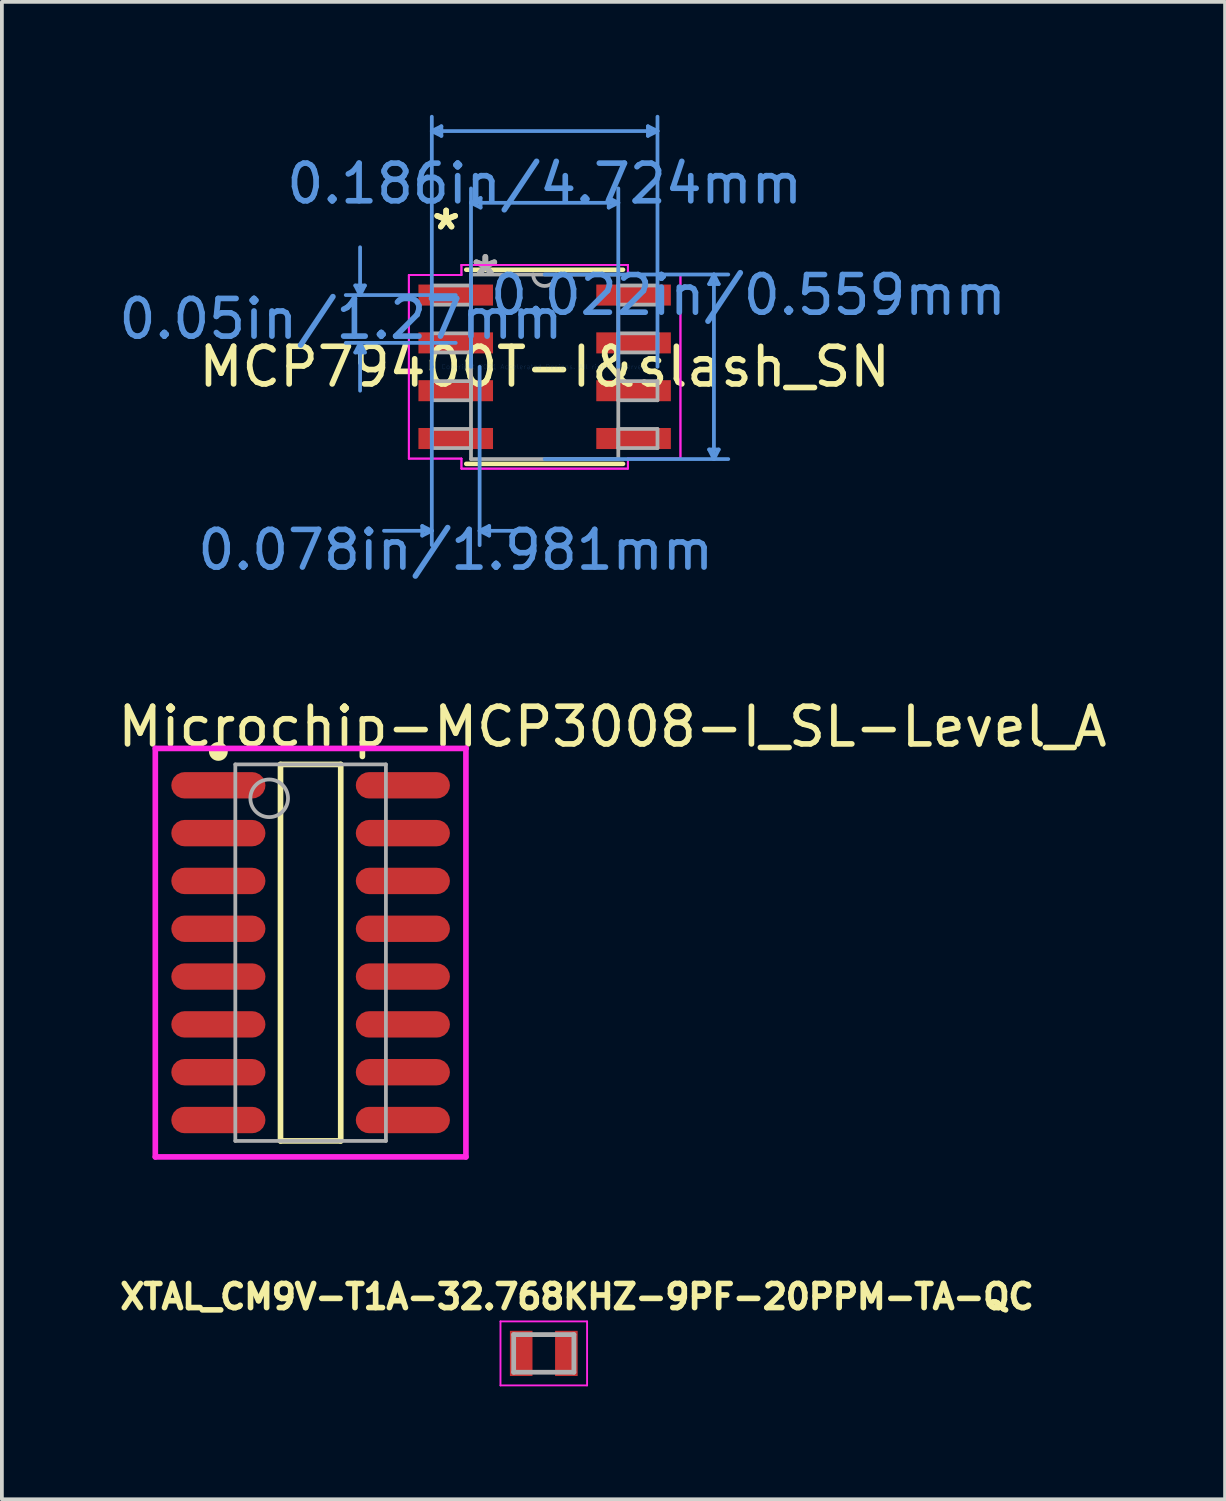
<source format=kicad_pcb>
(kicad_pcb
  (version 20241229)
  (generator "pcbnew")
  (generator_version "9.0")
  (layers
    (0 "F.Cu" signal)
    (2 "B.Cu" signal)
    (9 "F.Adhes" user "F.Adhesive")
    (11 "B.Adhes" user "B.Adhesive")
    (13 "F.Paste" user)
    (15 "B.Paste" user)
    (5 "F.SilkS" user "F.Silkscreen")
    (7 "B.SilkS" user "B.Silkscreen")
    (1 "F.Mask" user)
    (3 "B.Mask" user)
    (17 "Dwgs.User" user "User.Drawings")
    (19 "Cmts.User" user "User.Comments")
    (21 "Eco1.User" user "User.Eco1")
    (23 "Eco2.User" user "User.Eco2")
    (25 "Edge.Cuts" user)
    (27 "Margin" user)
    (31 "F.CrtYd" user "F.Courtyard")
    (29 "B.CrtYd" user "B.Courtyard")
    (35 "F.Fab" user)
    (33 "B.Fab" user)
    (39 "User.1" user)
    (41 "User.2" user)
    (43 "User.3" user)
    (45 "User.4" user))
  (footprint "MCP79400T-I&slash_SN"
    (layer "F.Cu")
    (at 11.416 6.692)
    (property "Reference" "MCP79400T-I&slash_SN" (at 0 0 0) (layer "F.SilkS") (effects (font (size 1 1) (thickness 0.15))))
    (attr through_hole)
    (fp_line (start -2.083 2.578) (end 2.083 2.578) (stroke (width 0.12) (type solid)) (layer "F.SilkS"))
    (fp_line (start 2.083 -2.578) (end -2.083 -2.578) (stroke (width 0.12) (type solid)) (layer "F.SilkS"))
    (fp_line (start -5.029 -2.159) (end -4.775 -2.159) (stroke (width 0.1) (type solid)) (layer "Cmts.User"))
    (fp_line (start -5.029 -0.381) (end -4.775 -0.381) (stroke (width 0.1) (type solid)) (layer "Cmts.User"))
    (fp_line (start -4.902 -1.905) (end -5.029 -2.159) (stroke (width 0.1) (type solid)) (layer "Cmts.User"))
    (fp_line (start -4.902 -1.905) (end -4.902 -3.175) (stroke (width 0.1) (type solid)) (layer "Cmts.User"))
    (fp_line (start -4.902 -1.905) (end -4.775 -2.159) (stroke (width 0.1) (type solid)) (layer "Cmts.User"))
    (fp_line (start -4.902 -0.635) (end -5.029 -0.381) (stroke (width 0.1) (type solid)) (layer "Cmts.User"))
    (fp_line (start -4.902 -0.635) (end -4.902 0.635) (stroke (width 0.1) (type solid)) (layer "Cmts.User"))
    (fp_line (start -4.902 -0.635) (end -4.775 -0.381) (stroke (width 0.1) (type solid)) (layer "Cmts.User"))
    (fp_line (start -3.251 4.229) (end -3.251 4.483) (stroke (width 0.1) (type solid)) (layer "Cmts.User"))
    (fp_line (start -2.997 -6.261) (end -2.743 -6.388) (stroke (width 0.1) (type solid)) (layer "Cmts.User"))
    (fp_line (start -2.997 -6.261) (end -2.743 -6.134) (stroke (width 0.1) (type solid)) (layer "Cmts.User"))
    (fp_line (start -2.997 -6.261) (end 2.997 -6.261) (stroke (width 0.1) (type solid)) (layer "Cmts.User"))
    (fp_line (start -2.997 0) (end -2.997 -6.642) (stroke (width 0.1) (type solid)) (layer "Cmts.User"))
    (fp_line (start -2.997 0) (end -2.997 4.737) (stroke (width 0.1) (type solid)) (layer "Cmts.User"))
    (fp_line (start -2.997 4.356) (end -4.267 4.356) (stroke (width 0.1) (type solid)) (layer "Cmts.User"))
    (fp_line (start -2.997 4.356) (end -3.251 4.229) (stroke (width 0.1) (type solid)) (layer "Cmts.User"))
    (fp_line (start -2.997 4.356) (end -3.251 4.483) (stroke (width 0.1) (type solid)) (layer "Cmts.User"))
    (fp_line (start -2.743 -6.388) (end -2.743 -6.134) (stroke (width 0.1) (type solid)) (layer "Cmts.User"))
    (fp_line (start -2.362 -1.905) (end -5.283 -1.905) (stroke (width 0.1) (type solid)) (layer "Cmts.User"))
    (fp_line (start -2.362 -0.635) (end -5.283 -0.635) (stroke (width 0.1) (type solid)) (layer "Cmts.User"))
    (fp_line (start -1.956 -4.356) (end -1.702 -4.483) (stroke (width 0.1) (type solid)) (layer "Cmts.User"))
    (fp_line (start -1.956 -4.356) (end -1.702 -4.229) (stroke (width 0.1) (type solid)) (layer "Cmts.User"))
    (fp_line (start -1.956 -4.356) (end 1.956 -4.356) (stroke (width 0.1) (type solid)) (layer "Cmts.User"))
    (fp_line (start -1.956 0) (end -1.956 -4.737) (stroke (width 0.1) (type solid)) (layer "Cmts.User"))
    (fp_line (start -1.727 0) (end -1.727 4.737) (stroke (width 0.1) (type solid)) (layer "Cmts.User"))
    (fp_line (start -1.727 4.356) (end -1.473 4.229) (stroke (width 0.1) (type solid)) (layer "Cmts.User"))
    (fp_line (start -1.727 4.356) (end -1.473 4.483) (stroke (width 0.1) (type solid)) (layer "Cmts.User"))
    (fp_line (start -1.727 4.356) (end -0.457 4.356) (stroke (width 0.1) (type solid)) (layer "Cmts.User"))
    (fp_line (start -1.702 -4.483) (end -1.702 -4.229) (stroke (width 0.1) (type solid)) (layer "Cmts.User"))
    (fp_line (start -1.473 4.229) (end -1.473 4.483) (stroke (width 0.1) (type solid)) (layer "Cmts.User"))
    (fp_line (start 0 -2.451) (end 4.877 -2.451) (stroke (width 0.1) (type solid)) (layer "Cmts.User"))
    (fp_line (start 0 2.451) (end 4.877 2.451) (stroke (width 0.1) (type solid)) (layer "Cmts.User"))
    (fp_line (start 1.702 -4.483) (end 1.702 -4.229) (stroke (width 0.1) (type solid)) (layer "Cmts.User"))
    (fp_line (start 1.956 -4.356) (end 1.702 -4.483) (stroke (width 0.1) (type solid)) (layer "Cmts.User"))
    (fp_line (start 1.956 -4.356) (end 1.702 -4.229) (stroke (width 0.1) (type solid)) (layer "Cmts.User"))
    (fp_line (start 1.956 0) (end 1.956 -4.737) (stroke (width 0.1) (type solid)) (layer "Cmts.User"))
    (fp_line (start 2.743 -6.388) (end 2.743 -6.134) (stroke (width 0.1) (type solid)) (layer "Cmts.User"))
    (fp_line (start 2.997 -6.261) (end 2.743 -6.388) (stroke (width 0.1) (type solid)) (layer "Cmts.User"))
    (fp_line (start 2.997 -6.261) (end 2.743 -6.134) (stroke (width 0.1) (type solid)) (layer "Cmts.User"))
    (fp_line (start 2.997 0) (end 2.997 -6.642) (stroke (width 0.1) (type solid)) (layer "Cmts.User"))
    (fp_line (start 4.369 -2.197) (end 4.623 -2.197) (stroke (width 0.1) (type solid)) (layer "Cmts.User"))
    (fp_line (start 4.369 2.197) (end 4.623 2.197) (stroke (width 0.1) (type solid)) (layer "Cmts.User"))
    (fp_line (start 4.496 -2.451) (end 4.369 -2.197) (stroke (width 0.1) (type solid)) (layer "Cmts.User"))
    (fp_line (start 4.496 -2.451) (end 4.496 2.451) (stroke (width 0.1) (type solid)) (layer "Cmts.User"))
    (fp_line (start 4.496 -2.451) (end 4.623 -2.197) (stroke (width 0.1) (type solid)) (layer "Cmts.User"))
    (fp_line (start 4.496 2.451) (end 4.369 2.197) (stroke (width 0.1) (type solid)) (layer "Cmts.User"))
    (fp_line (start 4.496 2.451) (end 4.623 2.197) (stroke (width 0.1) (type solid)) (layer "Cmts.User"))
    (fp_line (start -3.607 -2.438) (end -2.21 -2.438) (stroke (width 0.05) (type solid)) (layer "F.CrtYd"))
    (fp_line (start -3.607 -2.438) (end -2.21 -2.438) (stroke (width 0.05) (type solid)) (layer "F.CrtYd"))
    (fp_line (start -3.607 2.438) (end -3.607 -2.438) (stroke (width 0.05) (type solid)) (layer "F.CrtYd"))
    (fp_line (start -3.607 2.438) (end -3.607 -2.438) (stroke (width 0.05) (type solid)) (layer "F.CrtYd"))
    (fp_line (start -3.607 2.438) (end -2.21 2.438) (stroke (width 0.05) (type solid)) (layer "F.CrtYd"))
    (fp_line (start -2.21 -2.705) (end 2.21 -2.705) (stroke (width 0.05) (type solid)) (layer "F.CrtYd"))
    (fp_line (start -2.21 -2.705) (end 2.21 -2.705) (stroke (width 0.05) (type solid)) (layer "F.CrtYd"))
    (fp_line (start -2.21 -2.438) (end -2.21 -2.705) (stroke (width 0.05) (type solid)) (layer "F.CrtYd"))
    (fp_line (start -2.21 -2.438) (end -2.21 -2.705) (stroke (width 0.05) (type solid)) (layer "F.CrtYd"))
    (fp_line (start -2.21 2.438) (end -3.607 2.438) (stroke (width 0.05) (type solid)) (layer "F.CrtYd"))
    (fp_line (start -2.21 2.705) (end -2.21 2.438) (stroke (width 0.05) (type solid)) (layer "F.CrtYd"))
    (fp_line (start -2.21 2.705) (end -2.21 2.438) (stroke (width 0.05) (type solid)) (layer "F.CrtYd"))
    (fp_line (start 2.21 -2.705) (end 2.21 -2.438) (stroke (width 0.05) (type solid)) (layer "F.CrtYd"))
    (fp_line (start 2.21 -2.705) (end 2.21 -2.438) (stroke (width 0.05) (type solid)) (layer "F.CrtYd"))
    (fp_line (start 2.21 -2.438) (end 3.607 -2.438) (stroke (width 0.05) (type solid)) (layer "F.CrtYd"))
    (fp_line (start 2.21 2.438) (end 2.21 2.705) (stroke (width 0.05) (type solid)) (layer "F.CrtYd"))
    (fp_line (start 2.21 2.438) (end 2.21 2.705) (stroke (width 0.05) (type solid)) (layer "F.CrtYd"))
    (fp_line (start 2.21 2.705) (end -2.21 2.705) (stroke (width 0.05) (type solid)) (layer "F.CrtYd"))
    (fp_line (start 2.21 2.705) (end -2.21 2.705) (stroke (width 0.05) (type solid)) (layer "F.CrtYd"))
    (fp_line (start 3.607 -2.438) (end 2.21 -2.438) (stroke (width 0.05) (type solid)) (layer "F.CrtYd"))
    (fp_line (start 3.607 -2.438) (end 3.607 2.438) (stroke (width 0.05) (type solid)) (layer "F.CrtYd"))
    (fp_line (start 3.607 -2.438) (end 3.607 2.438) (stroke (width 0.05) (type solid)) (layer "F.CrtYd"))
    (fp_line (start 3.607 2.438) (end 2.21 2.438) (stroke (width 0.05) (type solid)) (layer "F.CrtYd"))
    (fp_line (start 3.607 2.438) (end 2.21 2.438) (stroke (width 0.05) (type solid)) (layer "F.CrtYd"))
    (fp_line (start -2.997 -2.159) (end -2.997 -1.651) (stroke (width 0.1) (type solid)) (layer "F.Fab"))
    (fp_line (start -2.997 -1.651) (end -1.956 -1.651) (stroke (width 0.1) (type solid)) (layer "F.Fab"))
    (fp_line (start -2.997 -0.889) (end -2.997 -0.381) (stroke (width 0.1) (type solid)) (layer "F.Fab"))
    (fp_line (start -2.997 -0.381) (end -1.956 -0.381) (stroke (width 0.1) (type solid)) (layer "F.Fab"))
    (fp_line (start -2.997 0.381) (end -2.997 0.889) (stroke (width 0.1) (type solid)) (layer "F.Fab"))
    (fp_line (start -2.997 0.889) (end -1.956 0.889) (stroke (width 0.1) (type solid)) (layer "F.Fab"))
    (fp_line (start -2.997 1.651) (end -2.997 2.159) (stroke (width 0.1) (type solid)) (layer "F.Fab"))
    (fp_line (start -2.997 2.159) (end -1.956 2.159) (stroke (width 0.1) (type solid)) (layer "F.Fab"))
    (fp_line (start -1.956 -2.451) (end -1.956 2.451) (stroke (width 0.1) (type solid)) (layer "F.Fab"))
    (fp_line (start -1.956 -2.159) (end -2.997 -2.159) (stroke (width 0.1) (type solid)) (layer "F.Fab"))
    (fp_line (start -1.956 -1.651) (end -1.956 -2.159) (stroke (width 0.1) (type solid)) (layer "F.Fab"))
    (fp_line (start -1.956 -0.889) (end -2.997 -0.889) (stroke (width 0.1) (type solid)) (layer "F.Fab"))
    (fp_line (start -1.956 -0.381) (end -1.956 -0.889) (stroke (width 0.1) (type solid)) (layer "F.Fab"))
    (fp_line (start -1.956 0.381) (end -2.997 0.381) (stroke (width 0.1) (type solid)) (layer "F.Fab"))
    (fp_line (start -1.956 0.889) (end -1.956 0.381) (stroke (width 0.1) (type solid)) (layer "F.Fab"))
    (fp_line (start -1.956 1.651) (end -2.997 1.651) (stroke (width 0.1) (type solid)) (layer "F.Fab"))
    (fp_line (start -1.956 2.159) (end -1.956 1.651) (stroke (width 0.1) (type solid)) (layer "F.Fab"))
    (fp_line (start -1.956 2.451) (end 1.956 2.451) (stroke (width 0.1) (type solid)) (layer "F.Fab"))
    (fp_line (start 1.956 -2.451) (end -1.956 -2.451) (stroke (width 0.1) (type solid)) (layer "F.Fab"))
    (fp_line (start 1.956 -2.159) (end 1.956 -1.651) (stroke (width 0.1) (type solid)) (layer "F.Fab"))
    (fp_line (start 1.956 -1.651) (end 2.997 -1.651) (stroke (width 0.1) (type solid)) (layer "F.Fab"))
    (fp_line (start 1.956 -0.889) (end 1.956 -0.381) (stroke (width 0.1) (type solid)) (layer "F.Fab"))
    (fp_line (start 1.956 -0.381) (end 2.997 -0.381) (stroke (width 0.1) (type solid)) (layer "F.Fab"))
    (fp_line (start 1.956 0.381) (end 1.956 0.889) (stroke (width 0.1) (type solid)) (layer "F.Fab"))
    (fp_line (start 1.956 0.889) (end 2.997 0.889) (stroke (width 0.1) (type solid)) (layer "F.Fab"))
    (fp_line (start 1.956 1.651) (end 1.956 2.159) (stroke (width 0.1) (type solid)) (layer "F.Fab"))
    (fp_line (start 1.956 2.159) (end 2.997 2.159) (stroke (width 0.1) (type solid)) (layer "F.Fab"))
    (fp_line (start 1.956 2.451) (end 1.956 -2.451) (stroke (width 0.1) (type solid)) (layer "F.Fab"))
    (fp_line (start 2.997 -2.159) (end 1.956 -2.159) (stroke (width 0.1) (type solid)) (layer "F.Fab"))
    (fp_line (start 2.997 -1.651) (end 2.997 -2.159) (stroke (width 0.1) (type solid)) (layer "F.Fab"))
    (fp_line (start 2.997 -0.889) (end 1.956 -0.889) (stroke (width 0.1) (type solid)) (layer "F.Fab"))
    (fp_line (start 2.997 -0.381) (end 2.997 -0.889) (stroke (width 0.1) (type solid)) (layer "F.Fab"))
    (fp_line (start 2.997 0.381) (end 1.956 0.381) (stroke (width 0.1) (type solid)) (layer "F.Fab"))
    (fp_line (start 2.997 0.889) (end 2.997 0.381) (stroke (width 0.1) (type solid)) (layer "F.Fab"))
    (fp_line (start 2.997 1.651) (end 1.956 1.651) (stroke (width 0.1) (type solid)) (layer "F.Fab"))
    (fp_line (start 2.997 2.159) (end 2.997 1.651) (stroke (width 0.1) (type solid)) (layer "F.Fab"))
    (fp_arc (start 0.3048 -2.4511) (mid 0 -2.1463) (end -0.3048 -2.4511) (stroke (width 0.1) (type solid)) (layer "F.Fab"))
    (fp_text user "*" (at -2.616 -3.607 0) (layer "F.SilkS") (effects (font (size 1 1) (thickness 0.15))))
    (fp_text user "*" (at -2.616 -3.607 0) (layer "F.SilkS") (effects (font (size 1 1) (thickness 0.15))))
    (fp_text user "0.022in/0.559mm" (at 5.41 -1.905 0) (layer "Cmts.User") (effects (font (size 1 1) (thickness 0.15))))
    (fp_text user "0.186in/4.724mm" (at 0 -4.864 0) (layer "Cmts.User") (effects (font (size 1 1) (thickness 0.15))))
    (fp_text user "0.078in/1.981mm" (at -2.362 4.864 0) (layer "Cmts.User") (effects (font (size 1 1) (thickness 0.15))))
    (fp_text user "Copyright 2021 Accelerated Designs. All rights reserved." (at 0 0 0) (layer "Cmts.User") (effects (font (size 0.127 0.127) (thickness 0.002))))
    (fp_text user "0.05in/1.27mm" (at -5.41 -1.27 0) (layer "Cmts.User") (effects (font (size 1 1) (thickness 0.15))))
    (fp_text user "*" (at -1.575 -2.375 0) (layer "F.Fab") (effects (font (size 1 1) (thickness 0.15))))
    (fp_text user "*" (at -1.575 -2.375 0) (layer "F.Fab") (effects (font (size 1 1) (thickness 0.15))))
    (pad "1" smd rect (at -2.362 -1.905) (size 1.981 0.559) (layers "F.Cu" "F.Mask" "F.Paste"))
    (pad "2" smd rect (at -2.362 -0.635) (size 1.981 0.559) (layers "F.Cu" "F.Mask" "F.Paste"))
    (pad "3" smd rect (at -2.362 0.635) (size 1.981 0.559) (layers "F.Cu" "F.Mask" "F.Paste"))
    (pad "4" smd rect (at -2.362 1.905) (size 1.981 0.559) (layers "F.Cu" "F.Mask" "F.Paste"))
    (pad "5" smd rect (at 2.362 1.905) (size 1.981 0.559) (layers "F.Cu" "F.Mask" "F.Paste"))
    (pad "6" smd rect (at 2.362 0.635) (size 1.981 0.559) (layers "F.Cu" "F.Mask" "F.Paste"))
    (pad "7" smd rect (at 2.362 -0.635) (size 1.981 0.559) (layers "F.Cu" "F.Mask" "F.Paste"))
    (pad "8" smd rect (at 2.362 -1.905) (size 1.981 0.559) (layers "F.Cu" "F.Mask" "F.Paste")))
  (footprint "Microchip-MCP3008-I_SL-Level_A"
    (layer "F.Cu")
    (at 5.2 22.253)
    (property "Reference" "Microchip-MCP3008-I_SL-Level_A" (at -5.2 -6 0) (layer "F.SilkS") (effects (font (size 1 1) (thickness 0.15)) (justify left)))
    (attr through_hole)
    (fp_line (start -0.8 -5) (end 0.8 -5) (stroke (width 0.15) (type solid)) (layer "F.SilkS"))
    (fp_line (start -0.8 5) (end -0.8 -5) (stroke (width 0.15) (type solid)) (layer "F.SilkS"))
    (fp_line (start -0.8 5) (end 0.8 5) (stroke (width 0.15) (type solid)) (layer "F.SilkS"))
    (fp_line (start 0.8 5) (end 0.8 -5) (stroke (width 0.15) (type solid)) (layer "F.SilkS"))
    (fp_circle (center -2.45 -5.345) (end -2.325 -5.345) (stroke (width 0.25) (type solid)) (fill no) (layer "F.SilkS"))
    (fp_line (start -4.125 -5.425) (end -4.125 5.425) (stroke (width 0.15) (type solid)) (layer "F.CrtYd"))
    (fp_line (start -4.125 5.425) (end 4.125 5.425) (stroke (width 0.15) (type solid)) (layer "F.CrtYd"))
    (fp_line (start 4.125 -5.425) (end -4.125 -5.425) (stroke (width 0.15) (type solid)) (layer "F.CrtYd"))
    (fp_line (start 4.125 -5.425) (end 4.125 -5.425) (stroke (width 0.15) (type solid)) (layer "F.CrtYd"))
    (fp_line (start 4.125 5.425) (end 4.125 -5.425) (stroke (width 0.15) (type solid)) (layer "F.CrtYd"))
    (fp_line (start -2 -5) (end 2 -5) (stroke (width 0.1) (type solid)) (layer "F.Fab"))
    (fp_line (start -2 5) (end -2 -5) (stroke (width 0.1) (type solid)) (layer "F.Fab"))
    (fp_line (start -2 5) (end 2 5) (stroke (width 0.1) (type solid)) (layer "F.Fab"))
    (fp_line (start 2 5) (end 2 -5) (stroke (width 0.1) (type solid)) (layer "F.Fab"))
    (fp_circle (center -1.1 -4.1) (end -0.6 -4.1) (stroke (width 0.1) (type solid)) (fill no) (layer "F.Fab"))
    (pad "1" smd roundrect (at -2.45 -4.445 270) (size 0.7 2.5) (layers "F.Cu" "F.Mask" "F.Paste") (roundrect_rratio 0.5))
    (pad "2" smd roundrect (at -2.45 -3.175 270) (size 0.7 2.5) (layers "F.Cu" "F.Mask" "F.Paste") (roundrect_rratio 0.5))
    (pad "3" smd roundrect (at -2.45 -1.905 270) (size 0.7 2.5) (layers "F.Cu" "F.Mask" "F.Paste") (roundrect_rratio 0.5))
    (pad "4" smd roundrect (at -2.45 -0.635 270) (size 0.7 2.5) (layers "F.Cu" "F.Mask" "F.Paste") (roundrect_rratio 0.5))
    (pad "5" smd roundrect (at -2.45 0.635 270) (size 0.7 2.5) (layers "F.Cu" "F.Mask" "F.Paste") (roundrect_rratio 0.5))
    (pad "6" smd roundrect (at -2.45 1.905 270) (size 0.7 2.5) (layers "F.Cu" "F.Mask" "F.Paste") (roundrect_rratio 0.5))
    (pad "7" smd roundrect (at -2.45 3.175 270) (size 0.7 2.5) (layers "F.Cu" "F.Mask" "F.Paste") (roundrect_rratio 0.5))
    (pad "8" smd roundrect (at -2.45 4.445 270) (size 0.7 2.5) (layers "F.Cu" "F.Mask" "F.Paste") (roundrect_rratio 0.5))
    (pad "9" smd roundrect (at 2.45 4.445 270) (size 0.7 2.5) (layers "F.Cu" "F.Mask" "F.Paste") (roundrect_rratio 0.5))
    (pad "10" smd roundrect (at 2.45 3.175 270) (size 0.7 2.5) (layers "F.Cu" "F.Mask" "F.Paste") (roundrect_rratio 0.5))
    (pad "11" smd roundrect (at 2.45 1.905 270) (size 0.7 2.5) (layers "F.Cu" "F.Mask" "F.Paste") (roundrect_rratio 0.5))
    (pad "12" smd roundrect (at 2.45 0.635 270) (size 0.7 2.5) (layers "F.Cu" "F.Mask" "F.Paste") (roundrect_rratio 0.5))
    (pad "13" smd roundrect (at 2.45 -0.635 270) (size 0.7 2.5) (layers "F.Cu" "F.Mask" "F.Paste") (roundrect_rratio 0.5))
    (pad "14" smd roundrect (at 2.45 -1.905 270) (size 0.7 2.5) (layers "F.Cu" "F.Mask" "F.Paste") (roundrect_rratio 0.5))
    (pad "15" smd roundrect (at 2.45 -3.175 270) (size 0.7 2.5) (layers "F.Cu" "F.Mask" "F.Paste") (roundrect_rratio 0.5))
    (pad "16" smd roundrect (at 2.45 -4.445 270) (size 0.7 2.5) (layers "F.Cu" "F.Mask" "F.Paste") (roundrect_rratio 0.5)))
  (footprint "XTAL_CM9V-T1A-32.768KHZ-9PF-20PPM-TA-QC"
    (layer "F.Cu")
    (at 11.393 32.897)
    (property "Reference" "XTAL_CM9V-T1A-32.768KHZ-9PF-20PPM-TA-QC" (at 0.882 -1.506 0) (layer "F.SilkS") (effects (font (size 0.64 0.64) (thickness 0.15))))
    (attr through_hole)
    (fp_line (start -1.15 -0.85) (end -1.15 0.85) (stroke (width 0.05) (type solid)) (layer "F.CrtYd"))
    (fp_line (start -1.15 0.85) (end 1.15 0.85) (stroke (width 0.05) (type solid)) (layer "F.CrtYd"))
    (fp_line (start 1.15 -0.85) (end -1.15 -0.85) (stroke (width 0.05) (type solid)) (layer "F.CrtYd"))
    (fp_line (start 1.15 0.85) (end 1.15 -0.85) (stroke (width 0.05) (type solid)) (layer "F.CrtYd"))
    (fp_line (start -0.8 -0.5) (end -0.8 0.5) (stroke (width 0.127) (type solid)) (layer "F.Fab"))
    (fp_line (start -0.8 -0.5) (end 0.8 -0.5) (stroke (width 0.127) (type solid)) (layer "F.Fab"))
    (fp_line (start -0.8 0.5) (end 0.8 0.5) (stroke (width 0.127) (type solid)) (layer "F.Fab"))
    (fp_line (start 0.8 -0.5) (end 0.8 0.5) (stroke (width 0.127) (type solid)) (layer "F.Fab"))
    (pad "1" smd rect (at -0.6 0) (size 0.6 1.2) (layers "F.Cu" "F.Mask" "F.Paste"))
    (pad "2" smd rect (at 0.6 0) (size 0.6 1.2) (layers "F.Cu" "F.Mask" "F.Paste")))
  (gr_rect
    (start -3 -3)
    (end 29.488 36.772)
    (stroke (width 0.1) (type default))
    (fill no)
    (layer "Edge.Cuts")))
</source>
